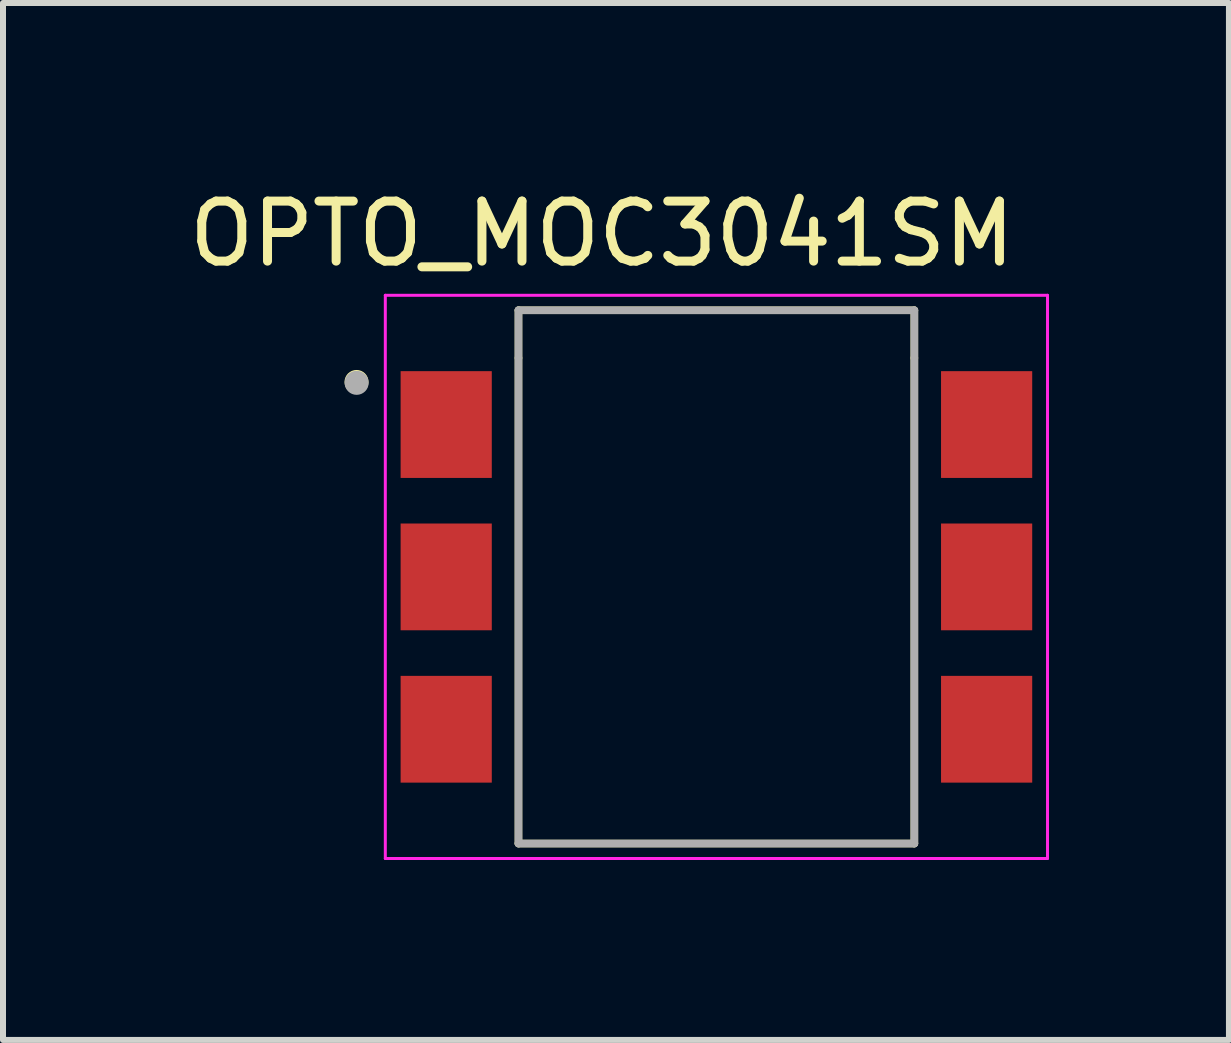
<source format=kicad_pcb>
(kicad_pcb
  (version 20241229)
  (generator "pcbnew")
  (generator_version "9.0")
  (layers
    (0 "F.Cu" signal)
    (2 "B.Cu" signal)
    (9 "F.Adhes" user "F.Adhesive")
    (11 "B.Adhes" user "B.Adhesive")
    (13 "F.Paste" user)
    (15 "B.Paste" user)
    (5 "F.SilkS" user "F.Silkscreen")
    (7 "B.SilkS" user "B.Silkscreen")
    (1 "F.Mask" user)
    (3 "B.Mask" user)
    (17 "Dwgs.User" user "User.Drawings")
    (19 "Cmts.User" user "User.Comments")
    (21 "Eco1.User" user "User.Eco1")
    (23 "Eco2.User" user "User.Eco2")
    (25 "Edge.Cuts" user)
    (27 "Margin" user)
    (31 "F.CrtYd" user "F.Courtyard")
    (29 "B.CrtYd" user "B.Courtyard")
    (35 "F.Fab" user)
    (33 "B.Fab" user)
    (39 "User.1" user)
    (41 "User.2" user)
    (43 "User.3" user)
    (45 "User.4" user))
  (footprint "OPTO_MOC3041SM"
    (layer "F.Cu")
    (at 8.894 6.568)
    (property "Reference" "OPTO_MOC3041SM" (at -1.907 -5.72 0) (layer "F.SilkS") (effects (font (size 1.001 1.001) (thickness 0.15))))
    (attr smd)
    (fp_line (start -3.3 -4.445) (end -3.3 -3.65) (stroke (width 0.127) (type solid)) (layer "F.SilkS"))
    (fp_line (start -3.3 4.445) (end -3.3 -3.65) (stroke (width 0.127) (type solid)) (layer "F.SilkS"))
    (fp_line (start -3.3 4.445) (end 3.3 4.445) (stroke (width 0.127) (type solid)) (layer "F.SilkS"))
    (fp_line (start 3.3 -4.445) (end -3.3 -4.445) (stroke (width 0.127) (type solid)) (layer "F.SilkS"))
    (fp_line (start 3.3 -3.65) (end 3.3 -4.445) (stroke (width 0.127) (type solid)) (layer "F.SilkS"))
    (fp_line (start 3.3 4.445) (end 3.3 -3.65) (stroke (width 0.127) (type solid)) (layer "F.SilkS"))
    (fp_circle (center -6 -3.25) (end -5.9 -3.25) (stroke (width 0.2) (type solid)) (fill no) (layer "F.SilkS"))
    (fp_line (start -5.52 -4.695) (end 5.52 -4.695) (stroke (width 0.05) (type solid)) (layer "F.CrtYd"))
    (fp_line (start -5.52 4.695) (end -5.52 -4.695) (stroke (width 0.05) (type solid)) (layer "F.CrtYd"))
    (fp_line (start 5.52 -4.695) (end 5.52 4.695) (stroke (width 0.05) (type solid)) (layer "F.CrtYd"))
    (fp_line (start 5.52 4.695) (end -5.52 4.695) (stroke (width 0.05) (type solid)) (layer "F.CrtYd"))
    (fp_line (start -3.3 -4.445) (end 3.3 -4.445) (stroke (width 0.127) (type solid)) (layer "F.Fab"))
    (fp_line (start -3.3 4.445) (end -3.3 -4.445) (stroke (width 0.127) (type solid)) (layer "F.Fab"))
    (fp_line (start 3.3 -4.445) (end 3.3 4.445) (stroke (width 0.127) (type solid)) (layer "F.Fab"))
    (fp_line (start 3.3 4.445) (end -3.3 4.445) (stroke (width 0.127) (type solid)) (layer "F.Fab"))
    (fp_circle (center -5.998 -3.235) (end -5.898 -3.235) (stroke (width 0.2) (type solid)) (fill no) (layer "F.Fab"))
    (pad "1" smd rect (at -4.505 -2.54 90) (size 1.78 1.52) (layers "F.Cu" "F.Mask" "F.Paste"))
    (pad "2" smd rect (at -4.505 0 90) (size 1.78 1.52) (layers "F.Cu" "F.Mask" "F.Paste"))
    (pad "3" smd rect (at -4.505 2.54 90) (size 1.78 1.52) (layers "F.Cu" "F.Mask" "F.Paste"))
    (pad "4" smd rect (at 4.505 2.54 90) (size 1.78 1.52) (layers "F.Cu" "F.Mask" "F.Paste"))
    (pad "5" smd rect (at 4.505 0 90) (size 1.78 1.52) (layers "F.Cu" "F.Mask" "F.Paste"))
    (pad "6" smd rect (at 4.505 -2.54 90) (size 1.78 1.52) (layers "F.Cu" "F.Mask" "F.Paste")))
  (gr_rect
    (start -3 -3)
    (end 17.439 14.288)
    (stroke (width 0.1) (type default))
    (fill no)
    (layer "Edge.Cuts")))
</source>
